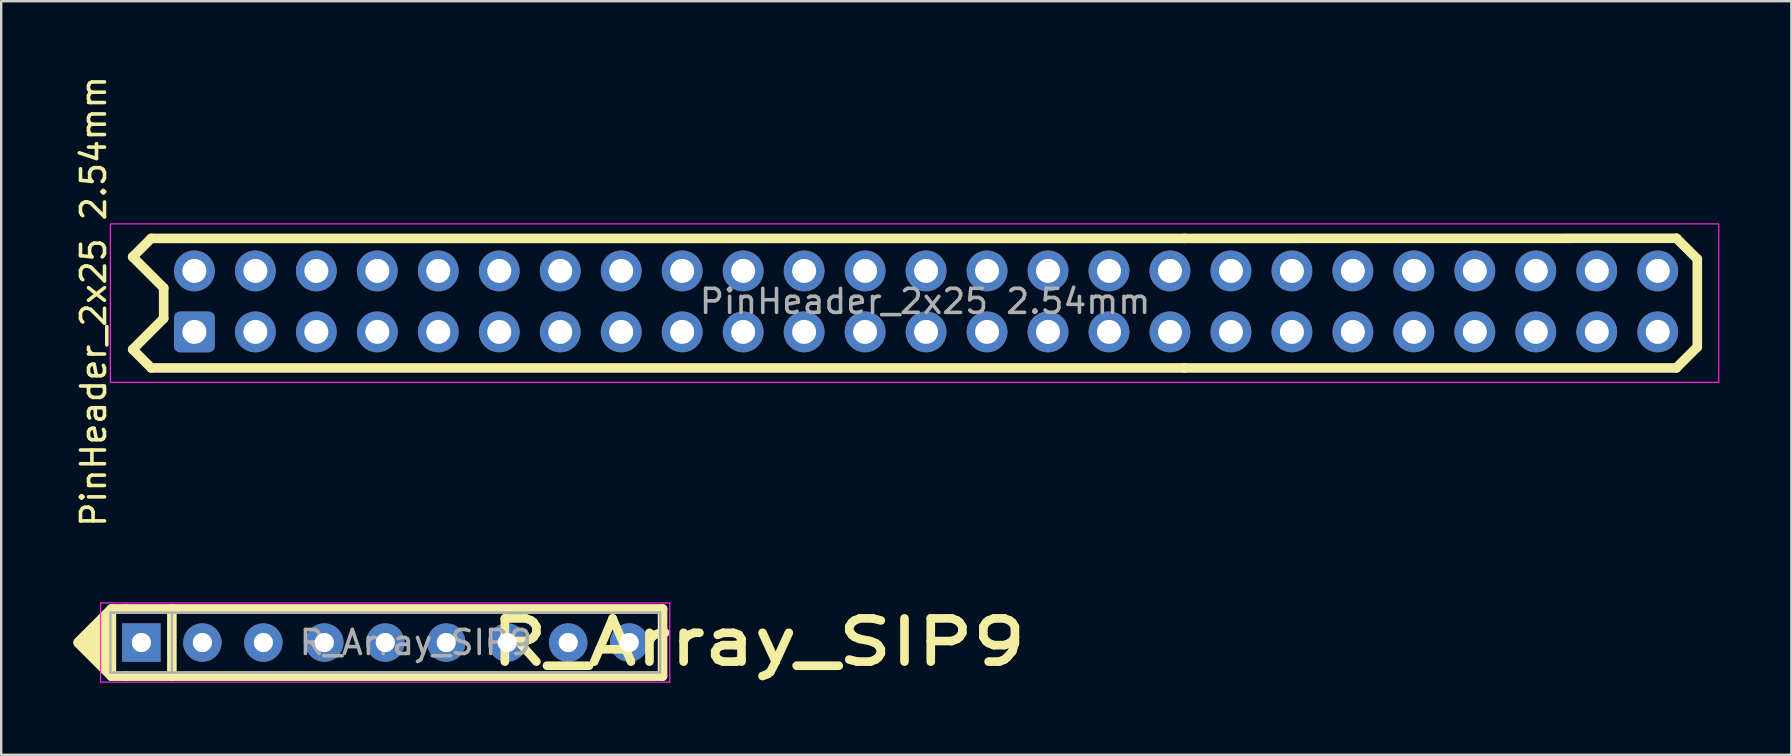
<source format=kicad_pcb>
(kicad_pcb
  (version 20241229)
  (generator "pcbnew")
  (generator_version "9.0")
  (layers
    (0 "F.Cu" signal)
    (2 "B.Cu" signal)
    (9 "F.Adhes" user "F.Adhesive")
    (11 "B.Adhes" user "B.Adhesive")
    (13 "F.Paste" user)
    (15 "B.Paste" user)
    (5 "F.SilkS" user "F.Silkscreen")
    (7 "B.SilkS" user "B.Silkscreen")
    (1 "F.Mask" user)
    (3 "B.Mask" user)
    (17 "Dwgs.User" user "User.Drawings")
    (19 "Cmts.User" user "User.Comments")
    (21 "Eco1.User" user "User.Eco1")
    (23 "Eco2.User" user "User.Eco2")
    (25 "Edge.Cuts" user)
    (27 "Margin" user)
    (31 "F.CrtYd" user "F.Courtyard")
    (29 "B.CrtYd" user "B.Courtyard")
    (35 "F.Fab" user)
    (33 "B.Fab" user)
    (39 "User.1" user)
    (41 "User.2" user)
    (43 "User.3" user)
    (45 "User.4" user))
  (footprint "R_Array_SIP9"
    (layer "F.Cu")
    (at 2.85 23.697)
    (property "Reference" "R_Array_SIP9" (at 25.7 0 0) (layer "F.SilkS") (effects (font (size 1.8 2.3) (thickness 0.36) (bold yes))))
    (attr through_hole)
    (fp_line (start -0.67 -1.38) (end -1.26 -1.38) (stroke (width 0.4) (type default)) (layer "F.SilkS"))
    (fp_line (start -0.67 1.42) (end -1.26 1.42) (stroke (width 0.4) (type default)) (layer "F.SilkS"))
    (fp_line (start -0.67 1.42) (end 21.7 1.42) (stroke (width 0.4) (type solid)) (layer "F.SilkS"))
    (fp_line (start 1.26 -1.38) (end 1.26 1.42) (stroke (width 0.4) (type solid)) (layer "F.SilkS"))
    (fp_line (start 21.7 -1.38) (end -0.67 -1.38) (stroke (width 0.4) (type solid)) (layer "F.SilkS"))
    (fp_line (start 21.7 1.42) (end 21.7 -1.38) (stroke (width 0.4) (type solid)) (layer "F.SilkS"))
    (fp_poly (pts (xy -1.26 -1.38) (xy -2.65 0.01) (xy -2.65 0.03) (xy -1.26 1.42)) (stroke (width 0.4) (type solid)) (fill yes) (layer "F.SilkS"))
    (fp_line (start -1.71 -1.63) (end -1.71 1.67) (stroke (width 0.05) (type solid)) (layer "F.CrtYd"))
    (fp_line (start -1.71 1.67) (end 22 1.67) (stroke (width 0.05) (type solid)) (layer "F.CrtYd"))
    (fp_line (start 22 -1.63) (end -1.71 -1.63) (stroke (width 0.05) (type solid)) (layer "F.CrtYd"))
    (fp_line (start 22 1.67) (end 22 -1.63) (stroke (width 0.05) (type solid)) (layer "F.CrtYd"))
    (fp_line (start -1.3 -1.23) (end -1.3 1.27) (stroke (width 0.1) (type solid)) (layer "F.Fab"))
    (fp_line (start -1.3 1.27) (end 21.6 1.27) (stroke (width 0.1) (type solid)) (layer "F.Fab"))
    (fp_line (start 1.26 -1.23) (end 1.26 1.27) (stroke (width 0.1) (type solid)) (layer "F.Fab"))
    (fp_line (start 21.6 -1.23) (end -1.3 -1.23) (stroke (width 0.1) (type solid)) (layer "F.Fab"))
    (fp_line (start 21.6 1.27) (end 21.6 -1.23) (stroke (width 0.1) (type solid)) (layer "F.Fab"))
    (fp_text user "${REFERENCE}" (at 11.42 0.02 0) (layer "F.Fab") (effects (font (size 1 1) (thickness 0.15))))
    (pad "1" thru_hole rect (at -0.01 0.02) (size 1.6 1.6) (drill 0.8) (layers "*.Cu" "*.Mask"))
    (pad "2" thru_hole oval (at 2.53 0.02) (size 1.6 1.6) (drill 0.8) (layers "*.Cu" "*.Mask"))
    (pad "3" thru_hole oval (at 5.07 0.02) (size 1.6 1.6) (drill 0.8) (layers "*.Cu" "*.Mask"))
    (pad "4" thru_hole oval (at 7.61 0.02) (size 1.6 1.6) (drill 0.8) (layers "*.Cu" "*.Mask"))
    (pad "5" thru_hole oval (at 10.15 0.02) (size 1.6 1.6) (drill 0.8) (layers "*.Cu" "*.Mask"))
    (pad "6" thru_hole oval (at 12.69 0.02) (size 1.6 1.6) (drill 0.8) (layers "*.Cu" "*.Mask"))
    (pad "7" thru_hole oval (at 15.23 0.02) (size 1.6 1.6) (drill 0.8) (layers "*.Cu" "*.Mask"))
    (pad "8" thru_hole oval (at 17.77 0.02) (size 1.6 1.6) (drill 0.8) (layers "*.Cu" "*.Mask"))
    (pad "9" thru_hole oval (at 20.31 0.02) (size 1.6 1.6) (drill 0.8) (layers "*.Cu" "*.Mask")))
  (footprint "PinHeader_2x25 2.54mm"
    (layer "F.Cu")
    (at 5.048 10.776)
    (property "Reference" "PinHeader_2x25 2.54mm" (at -4.2 -1.27 90) (layer "F.SilkS") (effects (font (size 1 1) (thickness 0.15))))
    (attr through_hole)
    (fp_line (start -2.57 -3.125) (end -1.28 -1.835) (stroke (width 0.4) (type default)) (layer "F.SilkS"))
    (fp_line (start -2.57 0.73) (end -1.28 -0.56) (stroke (width 0.4) (type default)) (layer "F.SilkS"))
    (fp_line (start -1.8 -3.895) (end -2.57 -3.125) (stroke (width 0.4) (type default)) (layer "F.SilkS"))
    (fp_line (start -1.8 1.5) (end -2.57 0.73) (stroke (width 0.4) (type default)) (layer "F.SilkS"))
    (fp_line (start -1.28 -0.56) (end -1.28 -1.835) (stroke (width 0.4) (type default)) (layer "F.SilkS"))
    (fp_line (start 41.25 -3.895) (end -1.8 -3.895) (stroke (width 0.4) (type default)) (layer "F.SilkS"))
    (fp_line (start 41.25 -3.895) (end 61.74 -3.9) (stroke (width 0.4) (type default)) (layer "F.SilkS"))
    (fp_line (start 41.25 1.5) (end -1.8 1.5) (stroke (width 0.4) (type default)) (layer "F.SilkS"))
    (fp_line (start 41.25 1.5) (end 61.74 1.5) (stroke (width 0.4) (type default)) (layer "F.SilkS"))
    (fp_line (start 61.74 -3.9) (end 62.608 -3.033) (stroke (width 0.4) (type default)) (layer "F.SilkS"))
    (fp_line (start 61.74 1.495) (end 62.608 0.627) (stroke (width 0.4) (type default)) (layer "F.SilkS"))
    (fp_line (start 62.608 -3.033) (end 62.608 0.627) (stroke (width 0.4) (type default)) (layer "F.SilkS"))
    (fp_text user "${REFERENCE}" (at 30.44 -1.27 180) (layer "F.Fab") (effects (font (size 1 1) (thickness 0.15))))
    (fp_text_box "" (start -3.5 -4.5) (end 63.5 2.1) (margins 0.775 0.775 0.775 0.775) (layer "F.CrtYd") (effects (font (size 1 1) (thickness 0.15)) (justify left top)) (border yes) (stroke (width 0.05) (type solid)))
    (pad "1" thru_hole roundrect (at 0 0 90) (size 1.7 1.7) (drill 1) (layers "*.Cu" "*.Mask") (roundrect_rratio 0.147))
    (pad "2" thru_hole circle (at 0 -2.54 90) (size 1.7 1.7) (drill 1) (layers "*.Cu" "*.Mask"))
    (pad "3" thru_hole circle (at 2.54 0 90) (size 1.7 1.7) (drill 1) (layers "*.Cu" "*.Mask"))
    (pad "4" thru_hole circle (at 2.54 -2.54 90) (size 1.7 1.7) (drill 1) (layers "*.Cu" "*.Mask"))
    (pad "5" thru_hole circle (at 5.08 0 90) (size 1.7 1.7) (drill 1) (layers "*.Cu" "*.Mask"))
    (pad "6" thru_hole circle (at 5.08 -2.54 90) (size 1.7 1.7) (drill 1) (layers "*.Cu" "*.Mask"))
    (pad "7" thru_hole circle (at 7.62 0 90) (size 1.7 1.7) (drill 1) (layers "*.Cu" "*.Mask"))
    (pad "8" thru_hole circle (at 7.62 -2.54 90) (size 1.7 1.7) (drill 1) (layers "*.Cu" "*.Mask"))
    (pad "9" thru_hole circle (at 10.16 0 90) (size 1.7 1.7) (drill 1) (layers "*.Cu" "*.Mask"))
    (pad "10" thru_hole circle (at 10.16 -2.54 90) (size 1.7 1.7) (drill 1) (layers "*.Cu" "*.Mask"))
    (pad "11" thru_hole circle (at 12.7 0 90) (size 1.7 1.7) (drill 1) (layers "*.Cu" "*.Mask"))
    (pad "12" thru_hole circle (at 12.7 -2.54 90) (size 1.7 1.7) (drill 1) (layers "*.Cu" "*.Mask"))
    (pad "13" thru_hole circle (at 15.24 0 90) (size 1.7 1.7) (drill 1) (layers "*.Cu" "*.Mask"))
    (pad "14" thru_hole circle (at 15.24 -2.54 90) (size 1.7 1.7) (drill 1) (layers "*.Cu" "*.Mask"))
    (pad "15" thru_hole circle (at 17.78 0 90) (size 1.7 1.7) (drill 1) (layers "*.Cu" "*.Mask"))
    (pad "16" thru_hole circle (at 17.78 -2.54 90) (size 1.7 1.7) (drill 1) (layers "*.Cu" "*.Mask"))
    (pad "17" thru_hole circle (at 20.32 0 90) (size 1.7 1.7) (drill 1) (layers "*.Cu" "*.Mask"))
    (pad "18" thru_hole circle (at 20.32 -2.54 90) (size 1.7 1.7) (drill 1) (layers "*.Cu" "*.Mask"))
    (pad "19" thru_hole circle (at 22.86 0 90) (size 1.7 1.7) (drill 1) (layers "*.Cu" "*.Mask"))
    (pad "20" thru_hole circle (at 22.86 -2.54 90) (size 1.7 1.7) (drill 1) (layers "*.Cu" "*.Mask"))
    (pad "21" thru_hole circle (at 25.4 0 90) (size 1.7 1.7) (drill 1) (layers "*.Cu" "*.Mask"))
    (pad "22" thru_hole circle (at 25.4 -2.54 90) (size 1.7 1.7) (drill 1) (layers "*.Cu" "*.Mask"))
    (pad "23" thru_hole circle (at 27.94 0 90) (size 1.7 1.7) (drill 1) (layers "*.Cu" "*.Mask"))
    (pad "24" thru_hole circle (at 27.94 -2.54 90) (size 1.7 1.7) (drill 1) (layers "*.Cu" "*.Mask"))
    (pad "25" thru_hole circle (at 30.48 0 90) (size 1.7 1.7) (drill 1) (layers "*.Cu" "*.Mask"))
    (pad "26" thru_hole circle (at 30.48 -2.54 90) (size 1.7 1.7) (drill 1) (layers "*.Cu" "*.Mask"))
    (pad "27" thru_hole circle (at 33.02 0 90) (size 1.7 1.7) (drill 1) (layers "*.Cu" "*.Mask"))
    (pad "28" thru_hole circle (at 33.02 -2.54 90) (size 1.7 1.7) (drill 1) (layers "*.Cu" "*.Mask"))
    (pad "29" thru_hole circle (at 35.56 0 90) (size 1.7 1.7) (drill 1) (layers "*.Cu" "*.Mask"))
    (pad "30" thru_hole circle (at 35.56 -2.54 90) (size 1.7 1.7) (drill 1) (layers "*.Cu" "*.Mask"))
    (pad "31" thru_hole circle (at 38.1 0 90) (size 1.7 1.7) (drill 1) (layers "*.Cu" "*.Mask"))
    (pad "32" thru_hole circle (at 38.1 -2.54 90) (size 1.7 1.7) (drill 1) (layers "*.Cu" "*.Mask"))
    (pad "33" thru_hole circle (at 40.64 0 90) (size 1.7 1.7) (drill 1) (layers "*.Cu" "*.Mask"))
    (pad "34" thru_hole circle (at 40.64 -2.54 90) (size 1.7 1.7) (drill 1) (layers "*.Cu" "*.Mask"))
    (pad "35" thru_hole circle (at 43.18 0 90) (size 1.7 1.7) (drill 1) (layers "*.Cu" "*.Mask"))
    (pad "36" thru_hole circle (at 43.18 -2.54 90) (size 1.7 1.7) (drill 1) (layers "*.Cu" "*.Mask"))
    (pad "37" thru_hole circle (at 45.72 0 90) (size 1.7 1.7) (drill 1) (layers "*.Cu" "*.Mask"))
    (pad "38" thru_hole circle (at 45.72 -2.54 90) (size 1.7 1.7) (drill 1) (layers "*.Cu" "*.Mask"))
    (pad "39" thru_hole circle (at 48.26 0 90) (size 1.7 1.7) (drill 1) (layers "*.Cu" "*.Mask"))
    (pad "40" thru_hole circle (at 48.26 -2.54 90) (size 1.7 1.7) (drill 1) (layers "*.Cu" "*.Mask"))
    (pad "41" thru_hole circle (at 50.8 0 90) (size 1.7 1.7) (drill 1) (layers "*.Cu" "*.Mask"))
    (pad "42" thru_hole circle (at 50.8 -2.54 90) (size 1.7 1.7) (drill 1) (layers "*.Cu" "*.Mask"))
    (pad "43" thru_hole circle (at 53.34 0 90) (size 1.7 1.7) (drill 1) (layers "*.Cu" "*.Mask"))
    (pad "44" thru_hole circle (at 53.34 -2.54 90) (size 1.7 1.7) (drill 1) (layers "*.Cu" "*.Mask"))
    (pad "45" thru_hole circle (at 55.88 0 90) (size 1.7 1.7) (drill 1) (layers "*.Cu" "*.Mask"))
    (pad "46" thru_hole circle (at 55.88 -2.54 90) (size 1.7 1.7) (drill 1) (layers "*.Cu" "*.Mask"))
    (pad "47" thru_hole circle (at 58.42 0 90) (size 1.7 1.7) (drill 1) (layers "*.Cu" "*.Mask"))
    (pad "48" thru_hole circle (at 58.42 -2.54 90) (size 1.7 1.7) (drill 1) (layers "*.Cu" "*.Mask"))
    (pad "49" thru_hole circle (at 60.96 0 90) (size 1.7 1.7) (drill 1) (layers "*.Cu" "*.Mask"))
    (pad "50" thru_hole circle (at 60.96 -2.54 90) (size 1.7 1.7) (drill 1) (layers "*.Cu" "*.Mask")))
  (gr_rect
    (start -3 -3)
    (end 71.573 28.392)
    (stroke (width 0.1) (type default))
    (fill no)
    (layer "Edge.Cuts")))
</source>
